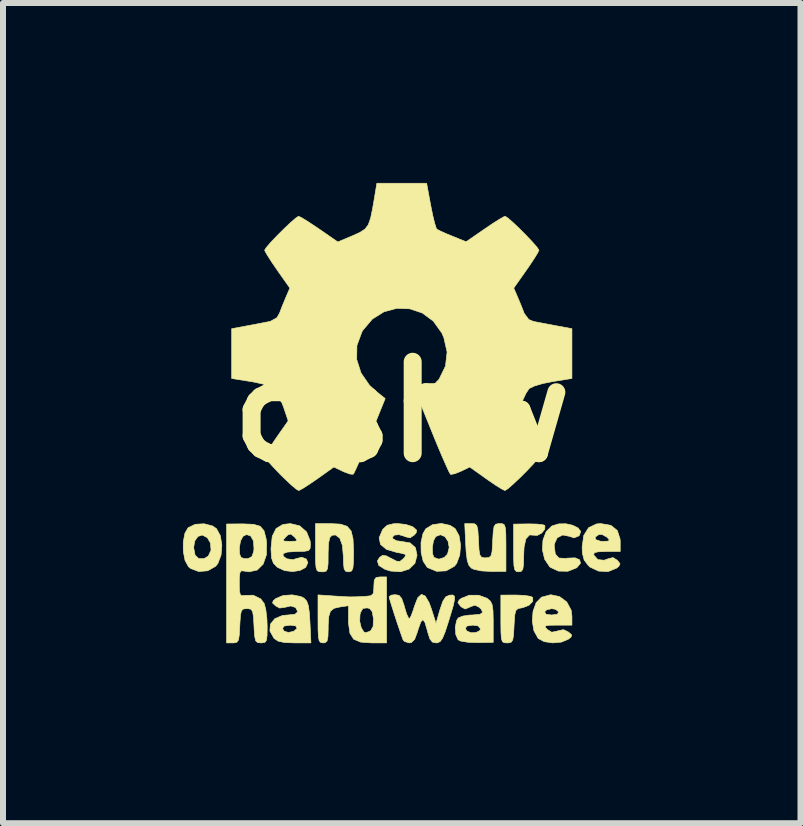
<source format=kicad_pcb>
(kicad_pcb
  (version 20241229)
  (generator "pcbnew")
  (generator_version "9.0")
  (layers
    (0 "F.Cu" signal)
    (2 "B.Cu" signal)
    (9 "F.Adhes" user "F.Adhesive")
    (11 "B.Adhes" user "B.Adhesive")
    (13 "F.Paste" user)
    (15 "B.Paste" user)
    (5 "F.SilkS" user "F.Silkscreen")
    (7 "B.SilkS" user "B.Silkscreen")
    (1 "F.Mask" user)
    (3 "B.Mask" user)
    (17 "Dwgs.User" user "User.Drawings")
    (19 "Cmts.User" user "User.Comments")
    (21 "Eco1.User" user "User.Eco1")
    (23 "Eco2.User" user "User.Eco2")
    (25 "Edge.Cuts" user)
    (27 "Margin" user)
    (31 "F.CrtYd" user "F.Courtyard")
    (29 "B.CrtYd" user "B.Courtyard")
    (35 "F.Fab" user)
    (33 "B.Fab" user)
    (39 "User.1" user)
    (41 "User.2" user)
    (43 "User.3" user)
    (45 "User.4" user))
  (footprint "oshw"
    (layer "F.Cu")
    (at 3.648 3.815)
    (property "Reference" "oshw" (at 0 0 0) (layer "F.SilkS") (effects (font (size 1.524 1.524) (thickness 0.3))))
    (attr through_hole)
    (fp_poly (pts (xy 2.252 1.871) (xy 2.351 1.882) (xy 2.386 1.896) (xy 2.383 1.958) (xy 2.331 2.022) (xy 2.259 2.06) (xy 2.219 2.058) (xy 2.129 2.052) (xy 2.069 2.117) (xy 2.038 2.257) (xy 2.032 2.397) (xy 2.029 2.544) (xy 2.017 2.626) (xy 1.99 2.66) (xy 1.947 2.667) (xy 1.908 2.661) (xy 1.883 2.632) (xy 1.869 2.564) (xy 1.864 2.443) (xy 1.863 2.269) (xy 1.863 1.872) (xy 2.115 1.868) (xy 2.252 1.871)) (stroke (width 0.01) (type solid)) (fill yes) (layer "F.SilkS"))
    (fp_poly (pts (xy 2.043 3.06) (xy 2.145 3.076) (xy 2.183 3.094) (xy 2.183 3.161) (xy 2.121 3.224) (xy 2.019 3.264) (xy 1.997 3.268) (xy 1.937 3.28) (xy 1.902 3.311) (xy 1.884 3.381) (xy 1.874 3.51) (xy 1.871 3.567) (xy 1.863 3.718) (xy 1.849 3.804) (xy 1.821 3.842) (xy 1.773 3.852) (xy 1.755 3.852) (xy 1.707 3.849) (xy 1.676 3.83) (xy 1.66 3.777) (xy 1.653 3.676) (xy 1.651 3.511) (xy 1.651 3.454) (xy 1.651 3.055) (xy 1.904 3.054) (xy 2.043 3.06)) (stroke (width 0.01) (type solid)) (fill yes) (layer "F.SilkS"))
    (fp_poly (pts (xy 2.849 1.891) (xy 2.937 1.935) (xy 2.981 1.992) (xy 2.963 2.055) (xy 2.946 2.071) (xy 2.87 2.101) (xy 2.797 2.076) (xy 2.682 2.053) (xy 2.59 2.1) (xy 2.543 2.203) (xy 2.541 2.235) (xy 2.559 2.37) (xy 2.619 2.437) (xy 2.731 2.444) (xy 2.762 2.439) (xy 2.888 2.434) (xy 2.964 2.466) (xy 2.979 2.524) (xy 2.921 2.594) (xy 2.914 2.6) (xy 2.768 2.658) (xy 2.611 2.655) (xy 2.476 2.592) (xy 2.465 2.583) (xy 2.381 2.457) (xy 2.344 2.3) (xy 2.353 2.137) (xy 2.407 1.996) (xy 2.501 1.903) (xy 2.613 1.868) (xy 2.735 1.866) (xy 2.849 1.891)) (stroke (width 0.01) (type solid)) (fill yes) (layer "F.SilkS"))
    (fp_poly (pts (xy -3.156 1.902) (xy -3.09 1.947) (xy -3.025 2.064) (xy -3 2.222) (xy -3.013 2.388) (xy -3.066 2.528) (xy -3.104 2.575) (xy -3.236 2.65) (xy -3.386 2.662) (xy -3.522 2.611) (xy -3.556 2.582) (xy -3.613 2.479) (xy -3.642 2.331) (xy -3.643 2.262) (xy -3.47 2.262) (xy -3.446 2.388) (xy -3.386 2.446) (xy -3.297 2.447) (xy -3.226 2.405) (xy -3.18 2.306) (xy -3.19 2.187) (xy -3.241 2.099) (xy -3.325 2.054) (xy -3.398 2.077) (xy -3.451 2.152) (xy -3.47 2.262) (xy -3.643 2.262) (xy -3.643 2.169) (xy -3.616 2.025) (xy -3.563 1.933) (xy -3.445 1.875) (xy -3.296 1.866) (xy -3.156 1.902)) (stroke (width 0.01) (type solid)) (fill yes) (layer "F.SilkS"))
    (fp_poly (pts (xy 0.804 1.892) (xy 0.889 1.947) (xy 0.954 2.064) (xy 0.98 2.222) (xy 0.966 2.388) (xy 0.914 2.528) (xy 0.876 2.575) (xy 0.738 2.651) (xy 0.581 2.659) (xy 0.434 2.599) (xy 0.422 2.59) (xy 0.356 2.49) (xy 0.322 2.343) (xy 0.321 2.261) (xy 0.509 2.261) (xy 0.513 2.368) (xy 0.536 2.427) (xy 0.616 2.456) (xy 0.707 2.428) (xy 0.762 2.372) (xy 0.79 2.261) (xy 0.771 2.158) (xy 0.718 2.08) (xy 0.643 2.049) (xy 0.566 2.079) (xy 0.528 2.15) (xy 0.509 2.261) (xy 0.321 2.261) (xy 0.32 2.179) (xy 0.352 2.032) (xy 0.4 1.95) (xy 0.513 1.881) (xy 0.66 1.861) (xy 0.804 1.892)) (stroke (width 0.01) (type solid)) (fill yes) (layer "F.SilkS"))
    (fp_poly (pts (xy -1.023 1.872) (xy -0.912 1.908) (xy -0.845 1.986) (xy -0.813 2.118) (xy -0.804 2.32) (xy -0.804 2.342) (xy -0.806 2.507) (xy -0.815 2.604) (xy -0.835 2.651) (xy -0.871 2.666) (xy -0.889 2.667) (xy -0.937 2.658) (xy -0.962 2.617) (xy -0.972 2.524) (xy -0.974 2.416) (xy -0.99 2.228) (xy -1.035 2.105) (xy -1.107 2.052) (xy -1.165 2.059) (xy -1.201 2.098) (xy -1.221 2.189) (xy -1.228 2.348) (xy -1.228 2.375) (xy -1.229 2.529) (xy -1.239 2.616) (xy -1.262 2.656) (xy -1.307 2.667) (xy -1.333 2.667) (xy -1.383 2.664) (xy -1.413 2.645) (xy -1.43 2.594) (xy -1.438 2.495) (xy -1.439 2.333) (xy -1.439 2.265) (xy -1.439 1.863) (xy -1.192 1.863) (xy -1.023 1.872)) (stroke (width 0.01) (type solid)) (fill yes) (layer "F.SilkS"))
    (fp_poly (pts (xy 1.215 1.867) (xy 1.249 1.894) (xy 1.267 1.962) (xy 1.276 2.09) (xy 1.279 2.148) (xy 1.287 2.3) (xy 1.301 2.385) (xy 1.329 2.424) (xy 1.377 2.434) (xy 1.397 2.434) (xy 1.453 2.429) (xy 1.486 2.401) (xy 1.504 2.332) (xy 1.513 2.202) (xy 1.515 2.148) (xy 1.524 1.997) (xy 1.538 1.911) (xy 1.566 1.873) (xy 1.614 1.863) (xy 1.632 1.863) (xy 1.68 1.866) (xy 1.71 1.885) (xy 1.727 1.938) (xy 1.734 2.039) (xy 1.736 2.204) (xy 1.736 2.261) (xy 1.736 2.66) (xy 1.487 2.661) (xy 1.325 2.652) (xy 1.201 2.625) (xy 1.159 2.605) (xy 1.117 2.557) (xy 1.09 2.475) (xy 1.073 2.339) (xy 1.065 2.205) (xy 1.049 1.863) (xy 1.158 1.863) (xy 1.215 1.867)) (stroke (width 0.01) (type solid)) (fill yes) (layer "F.SilkS"))
    (fp_poly (pts (xy 2.63 3.08) (xy 2.749 3.169) (xy 2.823 3.306) (xy 2.836 3.406) (xy 2.836 3.556) (xy 2.594 3.556) (xy 2.461 3.558) (xy 2.398 3.567) (xy 2.391 3.59) (xy 2.424 3.627) (xy 2.498 3.674) (xy 2.587 3.656) (xy 2.593 3.653) (xy 2.694 3.631) (xy 2.775 3.669) (xy 2.832 3.719) (xy 2.821 3.755) (xy 2.775 3.791) (xy 2.66 3.839) (xy 2.514 3.852) (xy 2.373 3.831) (xy 2.274 3.778) (xy 2.272 3.775) (xy 2.202 3.649) (xy 2.175 3.489) (xy 2.187 3.334) (xy 2.381 3.334) (xy 2.403 3.374) (xy 2.498 3.387) (xy 2.595 3.373) (xy 2.614 3.334) (xy 2.563 3.292) (xy 2.498 3.281) (xy 2.414 3.301) (xy 2.381 3.334) (xy 2.187 3.334) (xy 2.188 3.325) (xy 2.239 3.183) (xy 2.327 3.091) (xy 2.329 3.09) (xy 2.483 3.049) (xy 2.63 3.08)) (stroke (width 0.01) (type solid)) (fill yes) (layer "F.SilkS"))
    (fp_poly (pts (xy 3.485 1.892) (xy 3.593 1.979) (xy 3.639 2.123) (xy 3.641 2.161) (xy 3.641 2.328) (xy 3.409 2.328) (xy 3.274 2.333) (xy 3.209 2.349) (xy 3.199 2.382) (xy 3.201 2.389) (xy 3.268 2.463) (xy 3.372 2.474) (xy 3.437 2.451) (xy 3.521 2.429) (xy 3.593 2.475) (xy 3.638 2.533) (xy 3.617 2.577) (xy 3.58 2.606) (xy 3.439 2.663) (xy 3.28 2.655) (xy 3.137 2.588) (xy 3.11 2.563) (xy 3.04 2.471) (xy 3.01 2.356) (xy 3.006 2.254) (xy 3.029 2.09) (xy 3.222 2.09) (xy 3.234 2.131) (xy 3.311 2.157) (xy 3.353 2.159) (xy 3.442 2.155) (xy 3.459 2.135) (xy 3.42 2.09) (xy 3.34 2.045) (xy 3.284 2.046) (xy 3.222 2.09) (xy 3.029 2.09) (xy 3.033 2.061) (xy 3.113 1.932) (xy 3.245 1.869) (xy 3.315 1.863) (xy 3.485 1.892)) (stroke (width 0.01) (type solid)) (fill yes) (layer "F.SilkS"))
    (fp_poly (pts (xy -1.683 3.079) (xy -1.628 3.108) (xy -1.585 3.155) (xy -1.557 3.233) (xy -1.54 3.361) (xy -1.531 3.51) (xy -1.515 3.852) (xy -1.788 3.852) (xy -1.955 3.846) (xy -2.061 3.823) (xy -2.127 3.779) (xy -2.131 3.775) (xy -2.199 3.654) (xy -2.196 3.613) (xy -1.989 3.613) (xy -1.96 3.657) (xy -1.89 3.678) (xy -1.803 3.659) (xy -1.747 3.612) (xy -1.746 3.609) (xy -1.768 3.569) (xy -1.859 3.556) (xy -1.962 3.571) (xy -1.989 3.613) (xy -2.196 3.613) (xy -2.191 3.54) (xy -2.117 3.448) (xy -1.987 3.394) (xy -1.902 3.387) (xy -1.781 3.374) (xy -1.736 3.335) (xy -1.736 3.328) (xy -1.77 3.262) (xy -1.852 3.236) (xy -1.945 3.258) (xy -2.037 3.271) (xy -2.1 3.237) (xy -2.155 3.187) (xy -2.143 3.149) (xy -2.098 3.111) (xy -1.979 3.062) (xy -1.826 3.051) (xy -1.683 3.079)) (stroke (width 0.01) (type solid)) (fill yes) (layer "F.SilkS"))
    (fp_poly (pts (xy -1.703 1.9) (xy -1.587 2.002) (xy -1.528 2.151) (xy -1.524 2.207) (xy -1.528 2.276) (xy -1.555 2.312) (xy -1.626 2.326) (xy -1.757 2.328) (xy -1.907 2.338) (xy -1.98 2.365) (xy -1.974 2.408) (xy -1.917 2.45) (xy -1.809 2.465) (xy -1.765 2.448) (xy -1.666 2.424) (xy -1.59 2.455) (xy -1.566 2.516) (xy -1.603 2.594) (xy -1.696 2.644) (xy -1.821 2.663) (xy -1.954 2.647) (xy -2.071 2.593) (xy -2.08 2.586) (xy -2.141 2.522) (xy -2.171 2.437) (xy -2.18 2.301) (xy -2.18 2.273) (xy -2.166 2.135) (xy -1.977 2.135) (xy -1.96 2.155) (xy -1.872 2.159) (xy -1.863 2.159) (xy -1.769 2.156) (xy -1.747 2.137) (xy -1.785 2.091) (xy -1.79 2.086) (xy -1.85 2.037) (xy -1.898 2.052) (xy -1.935 2.086) (xy -1.977 2.135) (xy -2.166 2.135) (xy -2.16 2.075) (xy -2.096 1.946) (xy -1.983 1.878) (xy -1.859 1.863) (xy -1.703 1.9)) (stroke (width 0.01) (type solid)) (fill yes) (layer "F.SilkS"))
    (fp_poly (pts (xy 0.065 1.877) (xy 0.174 1.912) (xy 0.193 1.924) (xy 0.249 1.975) (xy 0.237 2.021) (xy 0.206 2.055) (xy 0.137 2.101) (xy 0.057 2.082) (xy 0.044 2.075) (xy -0.045 2.048) (xy -0.121 2.054) (xy -0.156 2.088) (xy -0.148 2.116) (xy -0.09 2.149) (xy -0.016 2.159) (xy 0.138 2.185) (xy 0.227 2.264) (xy 0.254 2.391) (xy 0.218 2.527) (xy 0.121 2.621) (xy -0.02 2.666) (xy -0.191 2.654) (xy -0.281 2.625) (xy -0.384 2.561) (xy -0.407 2.486) (xy -0.372 2.428) (xy -0.32 2.392) (xy -0.259 2.401) (xy -0.178 2.443) (xy -0.086 2.49) (xy -0.031 2.493) (xy 0.022 2.452) (xy 0.027 2.446) (xy 0.066 2.4) (xy 0.053 2.374) (xy -0.025 2.354) (xy -0.08 2.345) (xy -0.255 2.294) (xy -0.355 2.211) (xy -0.378 2.1) (xy -0.321 1.965) (xy -0.315 1.957) (xy -0.244 1.891) (xy -0.136 1.865) (xy -0.069 1.863) (xy 0.065 1.877)) (stroke (width 0.01) (type solid)) (fill yes) (layer "F.SilkS"))
    (fp_poly (pts (xy 1.281 3.057) (xy 1.422 3.109) (xy 1.43 3.114) (xy 1.478 3.157) (xy 1.506 3.216) (xy 1.52 3.313) (xy 1.524 3.468) (xy 1.524 3.511) (xy 1.524 3.843) (xy 1.257 3.847) (xy 1.099 3.841) (xy 0.983 3.822) (xy 0.939 3.801) (xy 0.9 3.714) (xy 0.893 3.613) (xy 1.059 3.613) (xy 1.087 3.655) (xy 1.155 3.683) (xy 1.24 3.678) (xy 1.302 3.645) (xy 1.312 3.619) (xy 1.274 3.569) (xy 1.185 3.556) (xy 1.085 3.571) (xy 1.059 3.613) (xy 0.893 3.613) (xy 0.891 3.593) (xy 0.913 3.481) (xy 0.94 3.437) (xy 1.012 3.406) (xy 1.129 3.388) (xy 1.173 3.387) (xy 1.301 3.376) (xy 1.35 3.344) (xy 1.321 3.287) (xy 1.288 3.257) (xy 1.22 3.223) (xy 1.142 3.25) (xy 1.134 3.255) (xy 1.057 3.287) (xy 0.993 3.253) (xy 0.979 3.24) (xy 0.934 3.182) (xy 0.956 3.138) (xy 0.992 3.109) (xy 1.124 3.057) (xy 1.281 3.057)) (stroke (width 0.01) (type solid)) (fill yes) (layer "F.SilkS"))
    (fp_poly (pts (xy 0.39 3.07) (xy 0.455 3.18) (xy 0.494 3.287) (xy 0.57 3.527) (xy 0.636 3.298) (xy 0.684 3.158) (xy 0.733 3.083) (xy 0.796 3.056) (xy 0.848 3.053) (xy 0.877 3.072) (xy 0.88 3.125) (xy 0.859 3.227) (xy 0.811 3.389) (xy 0.778 3.497) (xy 0.722 3.67) (xy 0.678 3.776) (xy 0.638 3.831) (xy 0.592 3.851) (xy 0.571 3.852) (xy 0.51 3.839) (xy 0.468 3.786) (xy 0.432 3.674) (xy 0.423 3.637) (xy 0.386 3.512) (xy 0.353 3.465) (xy 0.318 3.5) (xy 0.276 3.616) (xy 0.259 3.672) (xy 0.214 3.793) (xy 0.159 3.846) (xy 0.124 3.852) (xy 0.046 3.829) (xy 0.02 3.799) (xy -0.024 3.674) (xy -0.076 3.521) (xy -0.128 3.363) (xy -0.172 3.223) (xy -0.203 3.121) (xy -0.212 3.083) (xy -0.176 3.056) (xy -0.11 3.048) (xy -0.045 3.06) (xy -0.002 3.111) (xy 0.036 3.219) (xy 0.046 3.258) (xy 0.081 3.372) (xy 0.114 3.44) (xy 0.129 3.449) (xy 0.156 3.401) (xy 0.193 3.299) (xy 0.211 3.24) (xy 0.266 3.099) (xy 0.327 3.043) (xy 0.39 3.07)) (stroke (width 0.01) (type solid)) (fill yes) (layer "F.SilkS"))
    (fp_poly (pts (xy -0.254 3.852) (xy -0.501 3.852) (xy -0.686 3.839) (xy -0.803 3.79) (xy -0.865 3.691) (xy -0.888 3.528) (xy -0.889 3.491) (xy -0.702 3.491) (xy -0.677 3.597) (xy -0.633 3.669) (xy -0.602 3.682) (xy -0.543 3.662) (xy -0.516 3.646) (xy -0.478 3.576) (xy -0.473 3.446) (xy -0.493 3.333) (xy -0.535 3.28) (xy -0.578 3.268) (xy -0.649 3.278) (xy -0.689 3.346) (xy -0.697 3.382) (xy -0.702 3.491) (xy -0.889 3.491) (xy -0.889 3.465) (xy -0.889 3.232) (xy -1.027 3.252) (xy -1.128 3.275) (xy -1.188 3.321) (xy -1.217 3.41) (xy -1.227 3.559) (xy -1.227 3.609) (xy -1.231 3.747) (xy -1.246 3.821) (xy -1.279 3.849) (xy -1.312 3.852) (xy -1.352 3.846) (xy -1.377 3.817) (xy -1.39 3.75) (xy -1.396 3.629) (xy -1.397 3.452) (xy -1.397 3.052) (xy -1.132 3.07) (xy -0.976 3.08) (xy -0.87 3.085) (xy -0.78 3.084) (xy -0.671 3.08) (xy -0.614 3.077) (xy -0.517 3.066) (xy -0.475 3.028) (xy -0.466 2.937) (xy -0.466 2.91) (xy -0.459 2.806) (xy -0.428 2.761) (xy -0.36 2.752) (xy -0.254 2.752) (xy -0.254 3.852)) (stroke (width 0.01) (type solid)) (fill yes) (layer "F.SilkS"))
    (fp_poly (pts (xy -2.472 1.875) (xy -2.361 1.908) (xy -2.297 1.982) (xy -2.263 2.111) (xy -2.254 2.179) (xy -2.257 2.384) (xy -2.311 2.539) (xy -2.41 2.637) (xy -2.547 2.667) (xy -2.625 2.655) (xy -2.674 2.65) (xy -2.699 2.682) (xy -2.708 2.769) (xy -2.709 2.857) (xy -2.706 2.987) (xy -2.692 3.051) (xy -2.658 3.066) (xy -2.625 3.06) (xy -2.476 3.057) (xy -2.352 3.118) (xy -2.293 3.197) (xy -2.267 3.297) (xy -2.249 3.446) (xy -2.244 3.579) (xy -2.246 3.726) (xy -2.256 3.808) (xy -2.283 3.844) (xy -2.333 3.852) (xy -2.348 3.852) (xy -2.403 3.847) (xy -2.435 3.818) (xy -2.452 3.747) (xy -2.462 3.616) (xy -2.464 3.567) (xy -2.473 3.415) (xy -2.487 3.33) (xy -2.514 3.291) (xy -2.563 3.281) (xy -2.582 3.281) (xy -2.639 3.286) (xy -2.672 3.314) (xy -2.689 3.383) (xy -2.698 3.513) (xy -2.701 3.567) (xy -2.709 3.718) (xy -2.723 3.804) (xy -2.751 3.842) (xy -2.799 3.852) (xy -2.817 3.852) (xy -2.921 3.852) (xy -2.921 2.261) (xy -2.708 2.261) (xy -2.704 2.37) (xy -2.679 2.429) (xy -2.617 2.448) (xy -2.563 2.447) (xy -2.499 2.414) (xy -2.469 2.328) (xy -2.464 2.282) (xy -2.473 2.152) (xy -2.519 2.069) (xy -2.589 2.046) (xy -2.646 2.074) (xy -2.687 2.149) (xy -2.708 2.261) (xy -2.921 2.261) (xy -2.921 1.87) (xy -2.65 1.868) (xy -2.472 1.875)) (stroke (width 0.01) (type solid)) (fill yes) (layer "F.SilkS"))
    (fp_poly (pts (xy 0.482 -3.441) (xy 0.516 -3.274) (xy 0.549 -3.139) (xy 0.575 -3.059) (xy 0.582 -3.046) (xy 0.636 -3.017) (xy 0.743 -2.969) (xy 0.843 -2.928) (xy 1.072 -2.835) (xy 1.379 -3.047) (xy 1.521 -3.143) (xy 1.637 -3.216) (xy 1.709 -3.256) (xy 1.723 -3.26) (xy 1.768 -3.231) (xy 1.853 -3.157) (xy 1.962 -3.054) (xy 2.076 -2.939) (xy 2.179 -2.83) (xy 2.255 -2.742) (xy 2.286 -2.695) (xy 2.286 -2.694) (xy 2.263 -2.645) (xy 2.202 -2.547) (xy 2.114 -2.415) (xy 2.076 -2.361) (xy 1.866 -2.063) (xy 1.932 -1.91) (xy 1.988 -1.776) (xy 2.036 -1.653) (xy 2.039 -1.643) (xy 2.117 -1.539) (xy 2.194 -1.507) (xy 2.297 -1.487) (xy 2.446 -1.459) (xy 2.572 -1.435) (xy 2.836 -1.386) (xy 2.836 -0.556) (xy 2.512 -0.504) (xy 2.347 -0.471) (xy 2.21 -0.43) (xy 2.127 -0.39) (xy 2.12 -0.384) (xy 2.07 -0.308) (xy 2.011 -0.183) (xy 1.973 -0.084) (xy 1.894 0.15) (xy 2.09 0.43) (xy 2.181 0.565) (xy 2.25 0.675) (xy 2.284 0.74) (xy 2.286 0.748) (xy 2.257 0.794) (xy 2.183 0.88) (xy 2.08 0.988) (xy 1.965 1.103) (xy 1.855 1.206) (xy 1.768 1.282) (xy 1.72 1.312) (xy 1.719 1.312) (xy 1.67 1.289) (xy 1.571 1.228) (xy 1.443 1.141) (xy 1.408 1.116) (xy 1.133 0.92) (xy 0.987 0.99) (xy 0.886 1.031) (xy 0.819 1.044) (xy 0.811 1.041) (xy 0.786 0.998) (xy 0.736 0.889) (xy 0.666 0.73) (xy 0.583 0.533) (xy 0.529 0.401) (xy 0.277 -0.221) (xy 0.437 -0.349) (xy 0.621 -0.543) (xy 0.728 -0.762) (xy 0.755 -0.997) (xy 0.7 -1.239) (xy 0.667 -1.314) (xy 0.525 -1.512) (xy 0.342 -1.647) (xy 0.134 -1.717) (xy -0.084 -1.725) (xy -0.298 -1.667) (xy -0.491 -1.546) (xy -0.649 -1.36) (xy -0.665 -1.332) (xy -0.748 -1.107) (xy -0.752 -0.874) (xy -0.68 -0.648) (xy -0.538 -0.442) (xy -0.437 -0.349) (xy -0.277 -0.221) (xy -0.529 0.401) (xy -0.617 0.614) (xy -0.695 0.798) (xy -0.758 0.939) (xy -0.799 1.024) (xy -0.811 1.041) (xy -0.865 1.037) (xy -0.961 1.002) (xy -0.987 0.99) (xy -1.133 0.92) (xy -1.408 1.116) (xy -1.542 1.208) (xy -1.65 1.277) (xy -1.714 1.311) (xy -1.721 1.312) (xy -1.766 1.284) (xy -1.854 1.209) (xy -1.969 1.1) (xy -2.023 1.047) (xy -2.14 0.924) (xy -2.231 0.823) (xy -2.281 0.758) (xy -2.286 0.746) (xy -2.263 0.697) (xy -2.203 0.598) (xy -2.116 0.468) (xy -2.09 0.43) (xy -1.894 0.15) (xy -1.973 -0.084) (xy -2.029 -0.224) (xy -2.087 -0.338) (xy -2.12 -0.384) (xy -2.193 -0.423) (xy -2.324 -0.465) (xy -2.486 -0.5) (xy -2.512 -0.504) (xy -2.836 -0.556) (xy -2.836 -1.386) (xy -2.572 -1.435) (xy -2.412 -1.465) (xy -2.269 -1.493) (xy -2.194 -1.507) (xy -2.083 -1.568) (xy -2.039 -1.643) (xy -1.994 -1.761) (xy -1.938 -1.896) (xy -1.932 -1.91) (xy -1.866 -2.063) (xy -2.076 -2.361) (xy -2.171 -2.5) (xy -2.244 -2.614) (xy -2.283 -2.684) (xy -2.286 -2.696) (xy -2.257 -2.741) (xy -2.183 -2.827) (xy -2.08 -2.935) (xy -1.966 -3.049) (xy -1.856 -3.153) (xy -1.769 -3.229) (xy -1.721 -3.26) (xy -1.72 -3.26) (xy -1.672 -3.237) (xy -1.573 -3.177) (xy -1.44 -3.089) (xy -1.376 -3.046) (xy -1.067 -2.832) (xy -0.822 -2.935) (xy -0.698 -2.991) (xy -0.614 -3.046) (xy -0.559 -3.118) (xy -0.52 -3.228) (xy -0.486 -3.394) (xy -0.467 -3.503) (xy -0.416 -3.81) (xy 0.414 -3.81) (xy 0.482 -3.441)) (stroke (width 0.01) (type solid)) (fill yes) (layer "F.SilkS")))
  (gr_rect
    (start -3 -3)
    (end 10.294 10.672)
    (stroke (width 0.1) (type default))
    (fill no)
    (layer "Edge.Cuts")))
</source>
